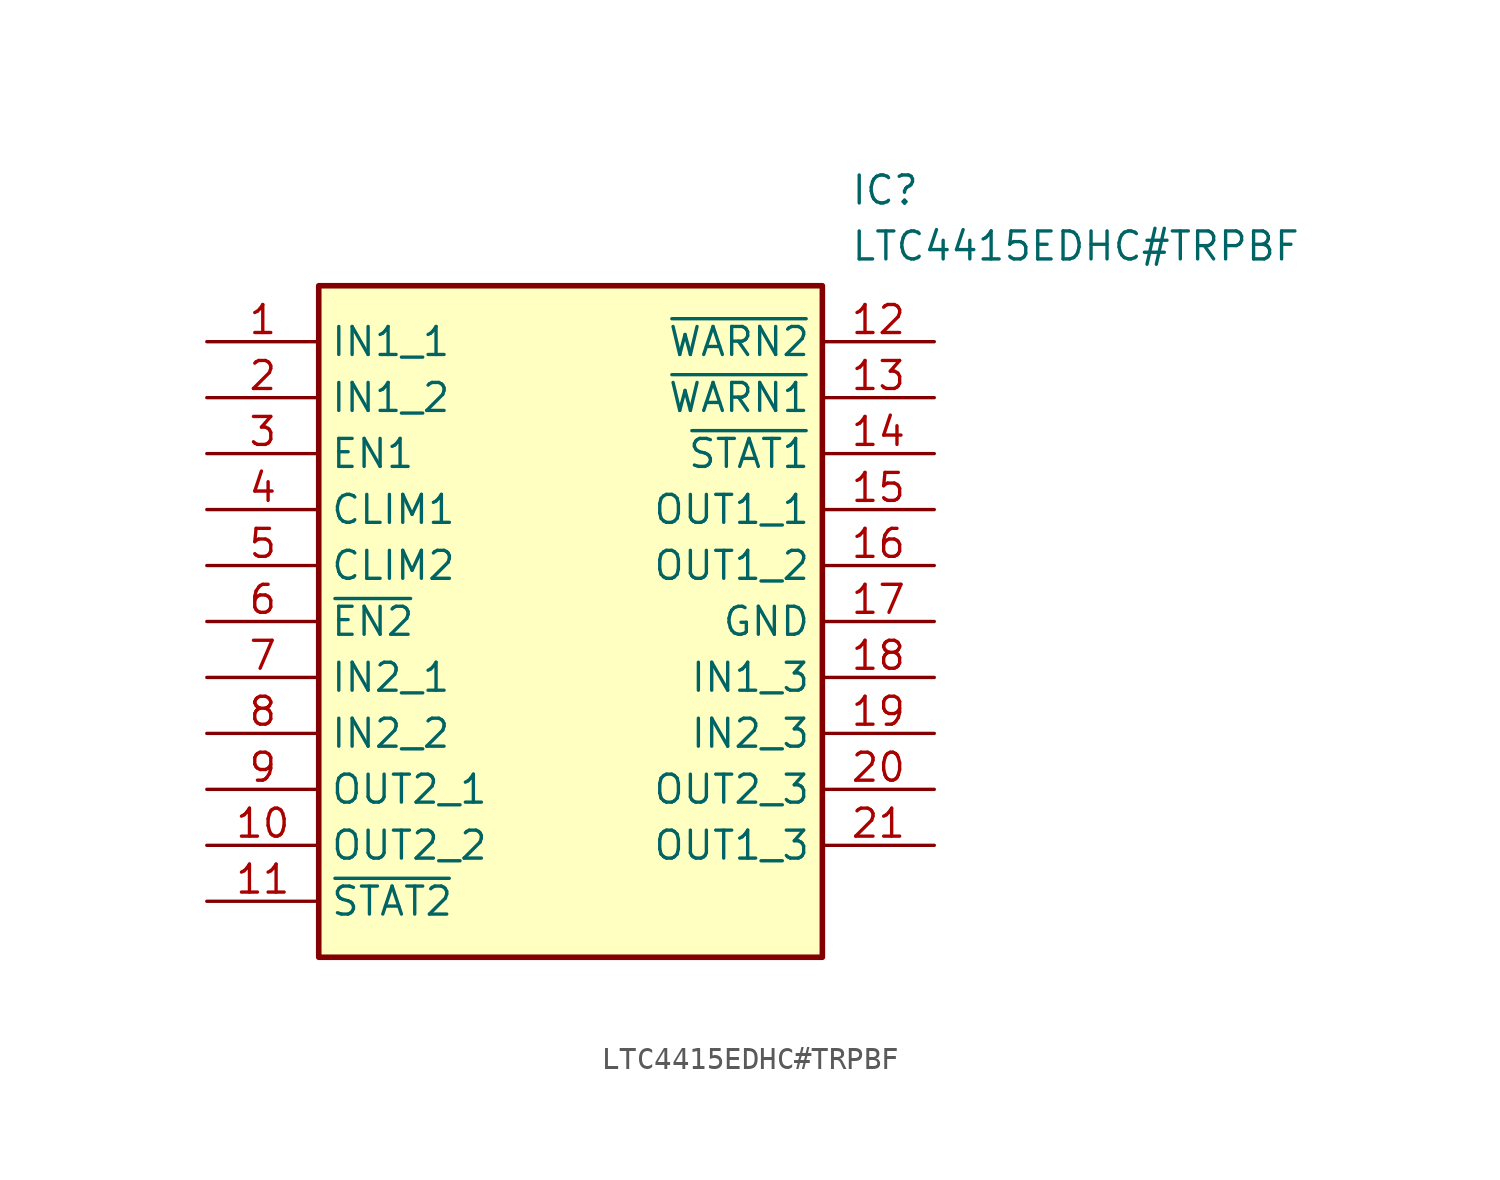
<source format=kicad_sym>
(kicad_symbol_lib
  (version 20211014)
  (generator SamacSys_ECAD_Model)
  (symbol "LTC4415EDHC#TRPBF"
    (property "Reference" "IC"
      (at 29.21 7.62 0)
      (effects (font (size 1.27 1.27)) (justify left top)))
    (property "Value" "LTC4415EDHC#TRPBF"
      (at 29.21 5.08 0)
      (effects (font (size 1.27 1.27)) (justify left top)))
    (rectangle
      (start 5.08 2.54)
      (end 27.94 -27.94)
      (stroke (width 0.254) (type default))
      (fill (type background)))
    (pin passive line
      (at 0 0 0)
      (length 5.08)
      (name "IN1_1" (effects (font (size 1.27 1.27))))
      (number "1" (effects (font (size 1.27 1.27)))))
    (pin passive line
      (at 0 -2.54 0)
      (length 5.08)
      (name "IN1_2" (effects (font (size 1.27 1.27))))
      (number "2" (effects (font (size 1.27 1.27)))))
    (pin passive line
      (at 0 -5.08 0)
      (length 5.08)
      (name "EN1" (effects (font (size 1.27 1.27))))
      (number "3" (effects (font (size 1.27 1.27)))))
    (pin passive line
      (at 0 -7.62 0)
      (length 5.08)
      (name "CLIM1" (effects (font (size 1.27 1.27))))
      (number "4" (effects (font (size 1.27 1.27)))))
    (pin passive line
      (at 0 -10.16 0)
      (length 5.08)
      (name "CLIM2" (effects (font (size 1.27 1.27))))
      (number "5" (effects (font (size 1.27 1.27)))))
    (pin passive line
      (at 0 -12.7 0)
      (length 5.08)
      (name "~{EN2}" (effects (font (size 1.27 1.27))))
      (number "6" (effects (font (size 1.27 1.27)))))
    (pin passive line
      (at 0 -15.24 0)
      (length 5.08)
      (name "IN2_1" (effects (font (size 1.27 1.27))))
      (number "7" (effects (font (size 1.27 1.27)))))
    (pin passive line
      (at 0 -17.78 0)
      (length 5.08)
      (name "IN2_2" (effects (font (size 1.27 1.27))))
      (number "8" (effects (font (size 1.27 1.27)))))
    (pin passive line
      (at 0 -20.32 0)
      (length 5.08)
      (name "OUT2_1" (effects (font (size 1.27 1.27))))
      (number "9" (effects (font (size 1.27 1.27)))))
    (pin passive line
      (at 0 -22.86 0)
      (length 5.08)
      (name "OUT2_2" (effects (font (size 1.27 1.27))))
      (number "10" (effects (font (size 1.27 1.27)))))
    (pin passive line
      (at 0 -25.4 0)
      (length 5.08)
      (name "~{STAT2}" (effects (font (size 1.27 1.27))))
      (number "11" (effects (font (size 1.27 1.27)))))
    (pin passive line
      (at 33.02 0 180)
      (length 5.08)
      (name "~{WARN2}" (effects (font (size 1.27 1.27))))
      (number "12" (effects (font (size 1.27 1.27)))))
    (pin passive line
      (at 33.02 -2.54 180)
      (length 5.08)
      (name "~{WARN1}" (effects (font (size 1.27 1.27))))
      (number "13" (effects (font (size 1.27 1.27)))))
    (pin passive line
      (at 33.02 -5.08 180)
      (length 5.08)
      (name "~{STAT1}" (effects (font (size 1.27 1.27))))
      (number "14" (effects (font (size 1.27 1.27)))))
    (pin passive line
      (at 33.02 -7.62 180)
      (length 5.08)
      (name "OUT1_1" (effects (font (size 1.27 1.27))))
      (number "15" (effects (font (size 1.27 1.27)))))
    (pin passive line
      (at 33.02 -10.16 180)
      (length 5.08)
      (name "OUT1_2" (effects (font (size 1.27 1.27))))
      (number "16" (effects (font (size 1.27 1.27)))))
    (pin passive line
      (at 33.02 -12.7 180)
      (length 5.08)
      (name "GND" (effects (font (size 1.27 1.27))))
      (number "17" (effects (font (size 1.27 1.27)))))
    (pin passive line
      (at 33.02 -15.24 180)
      (length 5.08)
      (name "IN1_3" (effects (font (size 1.27 1.27))))
      (number "18" (effects (font (size 1.27 1.27)))))
    (pin passive line
      (at 33.02 -17.78 180)
      (length 5.08)
      (name "IN2_3" (effects (font (size 1.27 1.27))))
      (number "19" (effects (font (size 1.27 1.27)))))
    (pin passive line
      (at 33.02 -20.32 180)
      (length 5.08)
      (name "OUT2_3" (effects (font (size 1.27 1.27))))
      (number "20" (effects (font (size 1.27 1.27)))))
    (pin passive line
      (at 33.02 -22.86 180)
      (length 5.08)
      (name "OUT1_3" (effects (font (size 1.27 1.27))))
      (number "21" (effects (font (size 1.27 1.27)))))))
</source>
